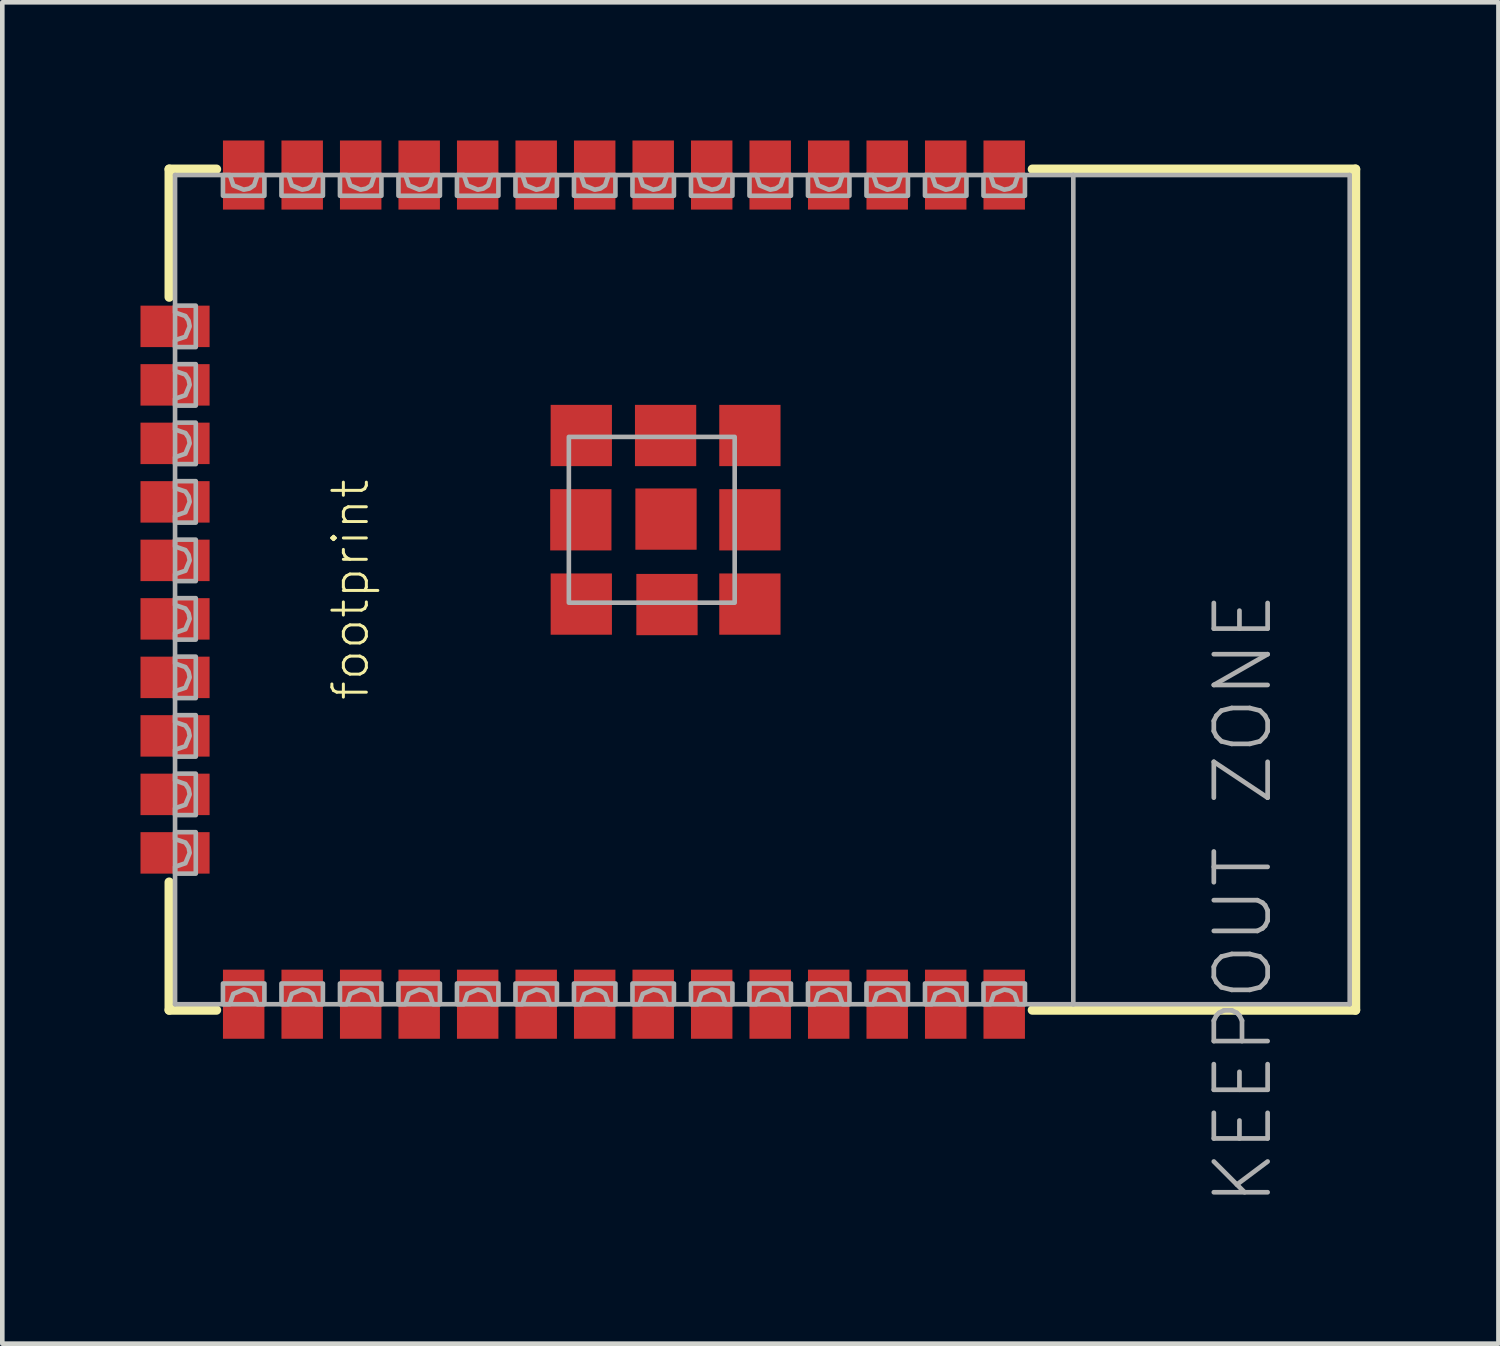
<source format=kicad_pcb>
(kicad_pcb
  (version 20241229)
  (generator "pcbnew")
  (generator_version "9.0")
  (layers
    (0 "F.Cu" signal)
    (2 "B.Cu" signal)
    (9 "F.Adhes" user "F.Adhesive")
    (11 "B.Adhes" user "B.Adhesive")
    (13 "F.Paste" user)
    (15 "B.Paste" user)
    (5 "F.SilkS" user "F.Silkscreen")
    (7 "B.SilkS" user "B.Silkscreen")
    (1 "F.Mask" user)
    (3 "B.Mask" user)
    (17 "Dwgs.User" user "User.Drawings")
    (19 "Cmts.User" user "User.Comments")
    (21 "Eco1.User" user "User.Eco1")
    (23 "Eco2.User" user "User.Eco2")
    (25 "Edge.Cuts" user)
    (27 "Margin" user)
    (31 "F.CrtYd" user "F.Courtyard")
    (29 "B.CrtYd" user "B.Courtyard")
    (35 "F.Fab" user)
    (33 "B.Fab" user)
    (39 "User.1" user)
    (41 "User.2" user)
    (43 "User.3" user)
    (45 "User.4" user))
  (footprint "footprint"
    (layer "F.Cu")
    (at 12.32 9.75)
    (property "Reference" "footprint" (at -7.76 0 90) (layer "F.SilkS") (effects (font (size 0.748 0.748) (thickness 0.065))))
    (fp_line (start -11.697 -9.127) (end -10.67 -9.127) (stroke (width 0.203) (type solid)) (layer "F.SilkS"))
    (fp_line (start -11.697 -6.35) (end -11.697 -9.127) (stroke (width 0.203) (type solid)) (layer "F.SilkS"))
    (fp_line (start -11.697 6.35) (end -11.697 9.127) (stroke (width 0.203) (type solid)) (layer "F.SilkS"))
    (fp_line (start -11.697 9.127) (end -10.67 9.127) (stroke (width 0.203) (type solid)) (layer "F.SilkS"))
    (fp_line (start 7.041 -9.127) (end 14.057 -9.127) (stroke (width 0.203) (type solid)) (layer "F.SilkS"))
    (fp_line (start 7.041 9.127) (end 14.057 9.127) (stroke (width 0.203) (type solid)) (layer "F.SilkS"))
    (fp_line (start 14.057 -9.127) (end 14.057 9.127) (stroke (width 0.203) (type solid)) (layer "F.SilkS"))
    (fp_line (start -11.57 -9) (end 7.93 -9) (stroke (width 0.1) (type solid)) (layer "F.Fab"))
    (fp_line (start -11.57 9) (end -11.57 -9) (stroke (width 0.1) (type solid)) (layer "F.Fab"))
    (fp_line (start 7.93 -9) (end 13.93 -9) (stroke (width 0.1) (type solid)) (layer "F.Fab"))
    (fp_line (start 7.93 9) (end -11.57 9) (stroke (width 0.1) (type solid)) (layer "F.Fab"))
    (fp_line (start 7.93 9) (end 7.93 -9) (stroke (width 0.1) (type solid)) (layer "F.Fab"))
    (fp_line (start 13.93 -9) (end 13.93 9) (stroke (width 0.1) (type solid)) (layer "F.Fab"))
    (fp_line (start 13.93 9) (end 7.93 9) (stroke (width 0.1) (type solid)) (layer "F.Fab"))
    (fp_poly (pts (xy -3.021 0.284) (xy 0.579 0.284) (xy 0.579 -3.316) (xy -3.021 -3.316)) (stroke (width 0.1) (type solid)) (fill no) (layer "F.Fab"))
    (fp_poly (pts (xy -10.53 9) (xy -10.53 8.55) (xy -9.63 8.55) (xy -9.63 9) (xy -9.78 9) (xy -9.855 8.775) (xy -9.958 8.706) (xy -10.08 8.682) (xy -10.305 8.775) (xy -10.38 9)) (stroke (width 0.1) (type solid)) (fill no) (layer "F.Fab"))
    (fp_poly (pts (xy -9.26 9) (xy -9.26 8.55) (xy -8.36 8.55) (xy -8.36 9) (xy -8.51 9) (xy -8.585 8.775) (xy -8.688 8.706) (xy -8.81 8.682) (xy -9.035 8.775) (xy -9.11 9)) (stroke (width 0.1) (type solid)) (fill no) (layer "F.Fab"))
    (fp_poly (pts (xy -7.99 9) (xy -7.99 8.55) (xy -7.09 8.55) (xy -7.09 9) (xy -7.24 9) (xy -7.315 8.775) (xy -7.418 8.706) (xy -7.54 8.682) (xy -7.765 8.775) (xy -7.84 9)) (stroke (width 0.1) (type solid)) (fill no) (layer "F.Fab"))
    (fp_poly (pts (xy -6.72 9) (xy -6.72 8.55) (xy -5.82 8.55) (xy -5.82 9) (xy -5.97 9) (xy -6.045 8.775) (xy -6.148 8.706) (xy -6.27 8.682) (xy -6.495 8.775) (xy -6.57 9)) (stroke (width 0.1) (type solid)) (fill no) (layer "F.Fab"))
    (fp_poly (pts (xy -5.45 9) (xy -5.45 8.55) (xy -4.55 8.55) (xy -4.55 9) (xy -4.7 9) (xy -4.775 8.775) (xy -4.878 8.706) (xy -5 8.682) (xy -5.225 8.775) (xy -5.3 9)) (stroke (width 0.1) (type solid)) (fill no) (layer "F.Fab"))
    (fp_poly (pts (xy -4.18 9) (xy -4.18 8.55) (xy -3.28 8.55) (xy -3.28 9) (xy -3.43 9) (xy -3.505 8.775) (xy -3.608 8.706) (xy -3.73 8.682) (xy -3.955 8.775) (xy -4.03 9)) (stroke (width 0.1) (type solid)) (fill no) (layer "F.Fab"))
    (fp_poly (pts (xy -2.91 9) (xy -2.91 8.55) (xy -2.01 8.55) (xy -2.01 9) (xy -2.16 9) (xy -2.235 8.775) (xy -2.338 8.706) (xy -2.46 8.682) (xy -2.685 8.775) (xy -2.76 9)) (stroke (width 0.1) (type solid)) (fill no) (layer "F.Fab"))
    (fp_poly (pts (xy -1.64 9) (xy -1.64 8.55) (xy -0.74 8.55) (xy -0.74 9) (xy -0.89 9) (xy -0.965 8.775) (xy -1.068 8.706) (xy -1.19 8.682) (xy -1.415 8.775) (xy -1.49 9)) (stroke (width 0.1) (type solid)) (fill no) (layer "F.Fab"))
    (fp_poly (pts (xy -11.12 -5.265) (xy -11.57 -5.265) (xy -11.57 -5.415) (xy -11.345 -5.49) (xy -11.252 -5.715) (xy -11.276 -5.837) (xy -11.345 -5.94) (xy -11.57 -6.015) (xy -11.57 -6.015) (xy -11.57 -6.165) (xy -11.12 -6.165)) (stroke (width 0.1) (type solid)) (fill no) (layer "F.Fab"))
    (fp_poly (pts (xy -11.12 -3.995) (xy -11.57 -3.995) (xy -11.57 -4.145) (xy -11.345 -4.22) (xy -11.252 -4.445) (xy -11.276 -4.567) (xy -11.345 -4.67) (xy -11.57 -4.745) (xy -11.57 -4.745) (xy -11.57 -4.895) (xy -11.12 -4.895)) (stroke (width 0.1) (type solid)) (fill no) (layer "F.Fab"))
    (fp_poly (pts (xy -11.12 -2.725) (xy -11.57 -2.725) (xy -11.57 -2.875) (xy -11.345 -2.95) (xy -11.252 -3.175) (xy -11.276 -3.297) (xy -11.345 -3.4) (xy -11.57 -3.475) (xy -11.57 -3.475) (xy -11.57 -3.625) (xy -11.12 -3.625)) (stroke (width 0.1) (type solid)) (fill no) (layer "F.Fab"))
    (fp_poly (pts (xy -11.12 -1.455) (xy -11.57 -1.455) (xy -11.57 -1.605) (xy -11.345 -1.68) (xy -11.252 -1.905) (xy -11.276 -2.027) (xy -11.345 -2.13) (xy -11.57 -2.205) (xy -11.57 -2.205) (xy -11.57 -2.355) (xy -11.12 -2.355)) (stroke (width 0.1) (type solid)) (fill no) (layer "F.Fab"))
    (fp_poly (pts (xy -11.12 -0.185) (xy -11.57 -0.185) (xy -11.57 -0.335) (xy -11.345 -0.41) (xy -11.252 -0.635) (xy -11.276 -0.757) (xy -11.345 -0.86) (xy -11.57 -0.935) (xy -11.57 -0.935) (xy -11.57 -1.085) (xy -11.12 -1.085)) (stroke (width 0.1) (type solid)) (fill no) (layer "F.Fab"))
    (fp_poly (pts (xy -11.12 1.085) (xy -11.57 1.085) (xy -11.57 0.935) (xy -11.345 0.86) (xy -11.345 0.86) (xy -11.252 0.635) (xy -11.276 0.513) (xy -11.345 0.41) (xy -11.57 0.335) (xy -11.57 0.185) (xy -11.12 0.185)) (stroke (width 0.1) (type solid)) (fill no) (layer "F.Fab"))
    (fp_poly (pts (xy -11.12 2.355) (xy -11.57 2.355) (xy -11.57 2.205) (xy -11.345 2.13) (xy -11.345 2.13) (xy -11.252 1.905) (xy -11.276 1.783) (xy -11.345 1.68) (xy -11.57 1.605) (xy -11.57 1.455) (xy -11.12 1.455)) (stroke (width 0.1) (type solid)) (fill no) (layer "F.Fab"))
    (fp_poly (pts (xy -11.12 3.625) (xy -11.57 3.625) (xy -11.57 3.475) (xy -11.345 3.4) (xy -11.345 3.4) (xy -11.252 3.175) (xy -11.276 3.053) (xy -11.345 2.95) (xy -11.57 2.875) (xy -11.57 2.725) (xy -11.12 2.725)) (stroke (width 0.1) (type solid)) (fill no) (layer "F.Fab"))
    (fp_poly (pts (xy -11.12 4.895) (xy -11.57 4.895) (xy -11.57 4.745) (xy -11.345 4.67) (xy -11.345 4.67) (xy -11.252 4.445) (xy -11.276 4.323) (xy -11.345 4.22) (xy -11.57 4.145) (xy -11.57 3.995) (xy -11.12 3.995)) (stroke (width 0.1) (type solid)) (fill no) (layer "F.Fab"))
    (fp_poly (pts (xy -11.12 6.165) (xy -11.57 6.165) (xy -11.57 6.015) (xy -11.345 5.94) (xy -11.345 5.94) (xy -11.252 5.715) (xy -11.276 5.593) (xy -11.345 5.49) (xy -11.57 5.415) (xy -11.57 5.265) (xy -11.12 5.265)) (stroke (width 0.1) (type solid)) (fill no) (layer "F.Fab"))
    (fp_poly (pts (xy -10.305 -8.775) (xy -10.305 -8.775) (xy -10.08 -8.682) (xy -9.958 -8.706) (xy -9.855 -8.775) (xy -9.78 -9) (xy -9.63 -9) (xy -9.63 -8.55) (xy -10.53 -8.55) (xy -10.53 -9) (xy -10.38 -9)) (stroke (width 0.1) (type solid)) (fill no) (layer "F.Fab"))
    (fp_poly (pts (xy -9.035 -8.775) (xy -9.035 -8.775) (xy -8.81 -8.682) (xy -8.688 -8.706) (xy -8.585 -8.775) (xy -8.51 -9) (xy -8.36 -9) (xy -8.36 -8.55) (xy -9.26 -8.55) (xy -9.26 -9) (xy -9.11 -9)) (stroke (width 0.1) (type solid)) (fill no) (layer "F.Fab"))
    (fp_poly (pts (xy -7.765 -8.775) (xy -7.765 -8.775) (xy -7.54 -8.682) (xy -7.418 -8.706) (xy -7.315 -8.775) (xy -7.24 -9) (xy -7.09 -9) (xy -7.09 -8.55) (xy -7.99 -8.55) (xy -7.99 -9) (xy -7.84 -9)) (stroke (width 0.1) (type solid)) (fill no) (layer "F.Fab"))
    (fp_poly (pts (xy -6.495 -8.775) (xy -6.495 -8.775) (xy -6.27 -8.682) (xy -6.148 -8.706) (xy -6.045 -8.775) (xy -5.97 -9) (xy -5.82 -9) (xy -5.82 -8.55) (xy -6.72 -8.55) (xy -6.72 -9) (xy -6.57 -9)) (stroke (width 0.1) (type solid)) (fill no) (layer "F.Fab"))
    (fp_poly (pts (xy -5.225 -8.775) (xy -5.225 -8.775) (xy -5 -8.682) (xy -4.878 -8.706) (xy -4.775 -8.775) (xy -4.7 -9) (xy -4.55 -9) (xy -4.55 -8.55) (xy -5.45 -8.55) (xy -5.45 -9) (xy -5.3 -9)) (stroke (width 0.1) (type solid)) (fill no) (layer "F.Fab"))
    (fp_poly (pts (xy -3.955 -8.775) (xy -3.955 -8.775) (xy -3.73 -8.682) (xy -3.608 -8.706) (xy -3.505 -8.775) (xy -3.43 -9) (xy -3.28 -9) (xy -3.28 -8.55) (xy -4.18 -8.55) (xy -4.18 -9) (xy -4.03 -9)) (stroke (width 0.1) (type solid)) (fill no) (layer "F.Fab"))
    (fp_poly (pts (xy -2.685 -8.775) (xy -2.685 -8.775) (xy -2.46 -8.682) (xy -2.338 -8.706) (xy -2.235 -8.775) (xy -2.16 -9) (xy -2.01 -9) (xy -2.01 -8.55) (xy -2.91 -8.55) (xy -2.91 -9) (xy -2.76 -9)) (stroke (width 0.1) (type solid)) (fill no) (layer "F.Fab"))
    (fp_poly (pts (xy -1.415 -8.775) (xy -1.415 -8.775) (xy -1.19 -8.682) (xy -1.068 -8.706) (xy -0.965 -8.775) (xy -0.89 -9) (xy -0.74 -9) (xy -0.74 -8.55) (xy -1.64 -8.55) (xy -1.64 -9) (xy -1.49 -9)) (stroke (width 0.1) (type solid)) (fill no) (layer "F.Fab"))
    (fp_poly (pts (xy 0.38 -9) (xy 0.53 -9) (xy 0.53 -8.55) (xy -0.37 -8.55) (xy -0.37 -9) (xy -0.22 -9) (xy -0.145 -8.775) (xy 0.08 -8.682) (xy 0.202 -8.706) (xy 0.305 -8.775) (xy 0.38 -9)) (stroke (width 0.1) (type solid)) (fill no) (layer "F.Fab"))
    (fp_poly (pts (xy 0.53 9) (xy 0.38 9) (xy 0.38 9) (xy 0.305 8.775) (xy 0.202 8.706) (xy 0.08 8.682) (xy -0.145 8.775) (xy -0.22 9) (xy -0.37 9) (xy -0.37 8.55) (xy 0.53 8.55)) (stroke (width 0.1) (type solid)) (fill no) (layer "F.Fab"))
    (fp_poly (pts (xy 1.65 -9) (xy 1.8 -9) (xy 1.8 -8.55) (xy 0.9 -8.55) (xy 0.9 -9) (xy 1.05 -9) (xy 1.125 -8.775) (xy 1.35 -8.682) (xy 1.472 -8.706) (xy 1.575 -8.775) (xy 1.65 -9)) (stroke (width 0.1) (type solid)) (fill no) (layer "F.Fab"))
    (fp_poly (pts (xy 1.8 9) (xy 1.65 9) (xy 1.65 9) (xy 1.575 8.775) (xy 1.472 8.706) (xy 1.35 8.682) (xy 1.125 8.775) (xy 1.05 9) (xy 0.9 9) (xy 0.9 8.55) (xy 1.8 8.55)) (stroke (width 0.1) (type solid)) (fill no) (layer "F.Fab"))
    (fp_poly (pts (xy 2.92 -9) (xy 3.07 -9) (xy 3.07 -8.55) (xy 2.17 -8.55) (xy 2.17 -9) (xy 2.32 -9) (xy 2.395 -8.775) (xy 2.62 -8.682) (xy 2.742 -8.706) (xy 2.845 -8.775) (xy 2.92 -9)) (stroke (width 0.1) (type solid)) (fill no) (layer "F.Fab"))
    (fp_poly (pts (xy 3.07 9) (xy 2.92 9) (xy 2.92 9) (xy 2.845 8.775) (xy 2.742 8.706) (xy 2.62 8.682) (xy 2.395 8.775) (xy 2.32 9) (xy 2.17 9) (xy 2.17 8.55) (xy 3.07 8.55)) (stroke (width 0.1) (type solid)) (fill no) (layer "F.Fab"))
    (fp_poly (pts (xy 4.19 -9) (xy 4.34 -9) (xy 4.34 -8.55) (xy 3.44 -8.55) (xy 3.44 -9) (xy 3.59 -9) (xy 3.665 -8.775) (xy 3.89 -8.682) (xy 4.012 -8.706) (xy 4.115 -8.775) (xy 4.19 -9)) (stroke (width 0.1) (type solid)) (fill no) (layer "F.Fab"))
    (fp_poly (pts (xy 4.34 9) (xy 4.19 9) (xy 4.19 9) (xy 4.115 8.775) (xy 4.012 8.706) (xy 3.89 8.682) (xy 3.665 8.775) (xy 3.59 9) (xy 3.44 9) (xy 3.44 8.55) (xy 4.34 8.55)) (stroke (width 0.1) (type solid)) (fill no) (layer "F.Fab"))
    (fp_poly (pts (xy 5.46 -9) (xy 5.61 -9) (xy 5.61 -8.55) (xy 4.71 -8.55) (xy 4.71 -9) (xy 4.86 -9) (xy 4.935 -8.775) (xy 5.16 -8.682) (xy 5.282 -8.706) (xy 5.385 -8.775) (xy 5.46 -9)) (stroke (width 0.1) (type solid)) (fill no) (layer "F.Fab"))
    (fp_poly (pts (xy 5.61 9) (xy 5.46 9) (xy 5.46 9) (xy 5.385 8.775) (xy 5.282 8.706) (xy 5.16 8.682) (xy 4.935 8.775) (xy 4.86 9) (xy 4.71 9) (xy 4.71 8.55) (xy 5.61 8.55)) (stroke (width 0.1) (type solid)) (fill no) (layer "F.Fab"))
    (fp_poly (pts (xy 6.73 -9) (xy 6.88 -9) (xy 6.88 -8.55) (xy 5.98 -8.55) (xy 5.98 -9) (xy 6.13 -9) (xy 6.205 -8.775) (xy 6.43 -8.682) (xy 6.552 -8.706) (xy 6.655 -8.775) (xy 6.73 -9)) (stroke (width 0.1) (type solid)) (fill no) (layer "F.Fab"))
    (fp_poly (pts (xy 6.88 9) (xy 6.73 9) (xy 6.73 9) (xy 6.655 8.775) (xy 6.552 8.706) (xy 6.43 8.682) (xy 6.205 8.775) (xy 6.13 9) (xy 5.98 9) (xy 5.98 8.55) (xy 6.88 8.55)) (stroke (width 0.1) (type solid)) (fill no) (layer "F.Fab"))
    (fp_text user "KEEPOUT ZONE" (at 10.93 0 90) (layer "F.Fab") (effects (font (size 1.168 1.168) (thickness 0.102)) (justify right top)))
    (pad "1" smd rect (at 6.43 -9) (size 0.9 1.5) (layers "F.Cu" "F.Mask" "F.Paste"))
    (pad "2" smd rect (at 5.16 -9) (size 0.9 1.5) (layers "F.Cu" "F.Mask" "F.Paste"))
    (pad "3" smd rect (at 3.89 -9) (size 0.9 1.5) (layers "F.Cu" "F.Mask" "F.Paste"))
    (pad "4" smd rect (at 2.62 -9) (size 0.9 1.5) (layers "F.Cu" "F.Mask" "F.Paste"))
    (pad "5" smd rect (at 1.35 -9) (size 0.9 1.5) (layers "F.Cu" "F.Mask" "F.Paste"))
    (pad "6" smd rect (at 0.08 -9) (size 0.9 1.5) (layers "F.Cu" "F.Mask" "F.Paste"))
    (pad "7" smd rect (at -1.19 -9) (size 0.9 1.5) (layers "F.Cu" "F.Mask" "F.Paste"))
    (pad "8" smd rect (at -2.46 -9) (size 0.9 1.5) (layers "F.Cu" "F.Mask" "F.Paste"))
    (pad "9" smd rect (at -3.73 -9) (size 0.9 1.5) (layers "F.Cu" "F.Mask" "F.Paste"))
    (pad "10" smd rect (at -5 -9) (size 0.9 1.5) (layers "F.Cu" "F.Mask" "F.Paste"))
    (pad "11" smd rect (at -6.27 -9) (size 0.9 1.5) (layers "F.Cu" "F.Mask" "F.Paste"))
    (pad "12" smd rect (at -7.54 -9) (size 0.9 1.5) (layers "F.Cu" "F.Mask" "F.Paste"))
    (pad "13" smd rect (at -8.81 -9) (size 0.9 1.5) (layers "F.Cu" "F.Mask" "F.Paste"))
    (pad "14" smd rect (at -10.08 -9) (size 0.9 1.5) (layers "F.Cu" "F.Mask" "F.Paste"))
    (pad "15" smd rect (at -11.57 -5.715 90) (size 0.9 1.5) (layers "F.Cu" "F.Mask" "F.Paste"))
    (pad "16" smd rect (at -11.57 -4.445 90) (size 0.9 1.5) (layers "F.Cu" "F.Mask" "F.Paste"))
    (pad "17" smd rect (at -11.57 -3.175 90) (size 0.9 1.5) (layers "F.Cu" "F.Mask" "F.Paste"))
    (pad "18" smd rect (at -11.57 -1.905 90) (size 0.9 1.5) (layers "F.Cu" "F.Mask" "F.Paste"))
    (pad "19" smd rect (at -11.57 -0.635 90) (size 0.9 1.5) (layers "F.Cu" "F.Mask" "F.Paste"))
    (pad "20" smd rect (at -11.57 0.635 90) (size 0.9 1.5) (layers "F.Cu" "F.Mask" "F.Paste"))
    (pad "21" smd rect (at -11.57 1.905 90) (size 0.9 1.5) (layers "F.Cu" "F.Mask" "F.Paste"))
    (pad "22" smd rect (at -11.57 3.175 90) (size 0.9 1.5) (layers "F.Cu" "F.Mask" "F.Paste"))
    (pad "23" smd rect (at -11.57 4.445 90) (size 0.9 1.5) (layers "F.Cu" "F.Mask" "F.Paste"))
    (pad "24" smd rect (at -11.57 5.715 90) (size 0.9 1.5) (layers "F.Cu" "F.Mask" "F.Paste"))
    (pad "25" smd rect (at -10.08 9) (size 0.9 1.5) (layers "F.Cu" "F.Mask" "F.Paste"))
    (pad "26" smd rect (at -8.81 9) (size 0.9 1.5) (layers "F.Cu" "F.Mask" "F.Paste"))
    (pad "27" smd rect (at -7.54 9) (size 0.9 1.5) (layers "F.Cu" "F.Mask" "F.Paste"))
    (pad "28" smd rect (at -6.27 9) (size 0.9 1.5) (layers "F.Cu" "F.Mask" "F.Paste"))
    (pad "29" smd rect (at -5 9) (size 0.9 1.5) (layers "F.Cu" "F.Mask" "F.Paste"))
    (pad "30" smd rect (at -3.73 9) (size 0.9 1.5) (layers "F.Cu" "F.Mask" "F.Paste"))
    (pad "31" smd rect (at -2.46 9) (size 0.9 1.5) (layers "F.Cu" "F.Mask" "F.Paste"))
    (pad "32" smd rect (at -1.19 9) (size 0.9 1.5) (layers "F.Cu" "F.Mask" "F.Paste"))
    (pad "33" smd rect (at 0.08 9) (size 0.9 1.5) (layers "F.Cu" "F.Mask" "F.Paste"))
    (pad "34" smd rect (at 1.35 9) (size 0.9 1.5) (layers "F.Cu" "F.Mask" "F.Paste"))
    (pad "35" smd rect (at 2.62 9) (size 0.9 1.5) (layers "F.Cu" "F.Mask" "F.Paste"))
    (pad "36" smd rect (at 3.89 9) (size 0.9 1.5) (layers "F.Cu" "F.Mask" "F.Paste"))
    (pad "37" smd rect (at 5.16 9) (size 0.9 1.5) (layers "F.Cu" "F.Mask" "F.Paste"))
    (pad "38" smd rect (at 6.43 9) (size 0.9 1.5) (layers "F.Cu" "F.Mask" "F.Paste"))
    (pad "GND" smd rect (at -0.912 -1.531) (size 1.33 1.33) (layers "F.Cu" "F.Mask" "F.Paste"))
    (pad "GNDT1" smd rect (at -2.751 -3.346) (size 1.33 1.33) (layers "F.Cu" "F.Mask" "F.Paste"))
    (pad "GNDT2" smd rect (at -2.761 -1.516) (size 1.33 1.33) (layers "F.Cu" "F.Mask" "F.Paste"))
    (pad "GNDT3" smd rect (at -2.751 0.314) (size 1.33 1.33) (layers "F.Cu" "F.Mask" "F.Paste"))
    (pad "GNDT4" smd rect (at -0.891 0.324) (size 1.33 1.33) (layers "F.Cu" "F.Mask" "F.Paste"))
    (pad "GNDT5" smd rect (at 0.909 0.314) (size 1.33 1.33) (layers "F.Cu" "F.Mask" "F.Paste"))
    (pad "GNDT6" smd rect (at 0.909 -1.516) (size 1.33 1.33) (layers "F.Cu" "F.Mask" "F.Paste"))
    (pad "GNDT7" smd rect (at 0.909 -3.346) (size 1.33 1.33) (layers "F.Cu" "F.Mask" "F.Paste"))
    (pad "GNDT8" smd rect (at -0.921 -3.346) (size 1.33 1.33) (layers "F.Cu" "F.Mask" "F.Paste")))
  (gr_rect
    (start -3 -3)
    (end 29.479 26.119)
    (stroke (width 0.1) (type default))
    (fill no)
    (layer "Edge.Cuts")))
</source>
